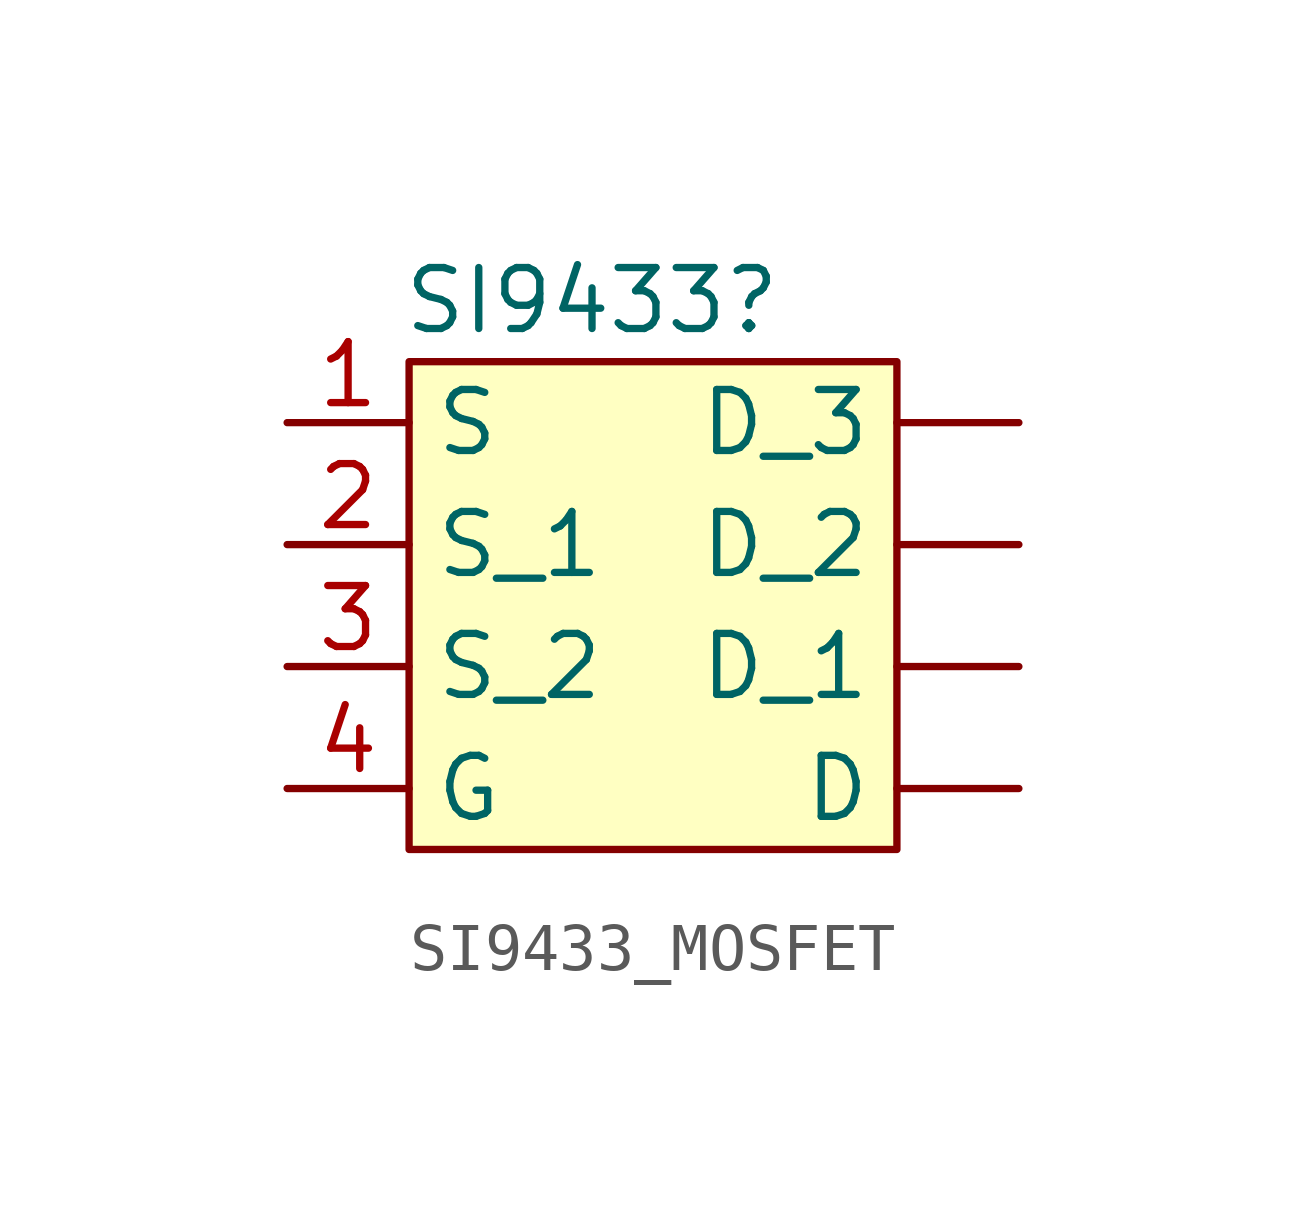
<source format=kicad_sym>
(kicad_symbol_lib
  (version 20241209)
  (generator "kicad_symbol_editor")
  (generator_version "9.0")
  (symbol "SI9433_MOSFET"
    (property "Reference" "SI9433"
      (at -1.27 6.35 0)
      (effects (font (size 1.27 1.27))))
    (property "Value" ""
      (at -1.27 1.27 0)
      (effects (font (size 1.27 1.27))))
    (symbol "SI9433_MOSFET_1_1"
      (rectangle (start -5.08 5.08) (end 5.08 -5.08) (stroke (width 0) (type solid)) (fill (type background)))
      (pin input line (at -7.62 3.81 0) (length 2.54) (name "S" (effects (font (size 1.27 1.27)))) (number "1" (effects (font (size 1.27 1.27)))))
      (pin input line (at -7.62 1.27 0) (length 2.54) (name "S_1" (effects (font (size 1.27 1.27)))) (number "2" (effects (font (size 1.27 1.27)))))
      (pin input line (at -7.62 -1.27 0) (length 2.54) (name "S_2" (effects (font (size 1.27 1.27)))) (number "3" (effects (font (size 1.27 1.27)))))
      (pin input line (at -7.62 -3.81 0) (length 2.54) (name "G" (effects (font (size 1.27 1.27)))) (number "4" (effects (font (size 1.27 1.27)))))
      (pin output line (at 7.62 3.81 180) (length 2.54) (name "D_3" (effects (font (size 1.27 1.27)))) (number "" (effects (font (size 1.27 1.27)))))
      (pin output line (at 7.62 1.27 180) (length 2.54) (name "D_2" (effects (font (size 1.27 1.27)))) (number "" (effects (font (size 1.27 1.27)))))
      (pin output line (at 7.62 -1.27 180) (length 2.54) (name "D_1" (effects (font (size 1.27 1.27)))) (number "" (effects (font (size 1.27 1.27)))))
      (pin output line (at 7.62 -3.81 180) (length 2.54) (name "D" (effects (font (size 1.27 1.27)))) (number "" (effects (font (size 1.27 1.27))))))))
</source>
